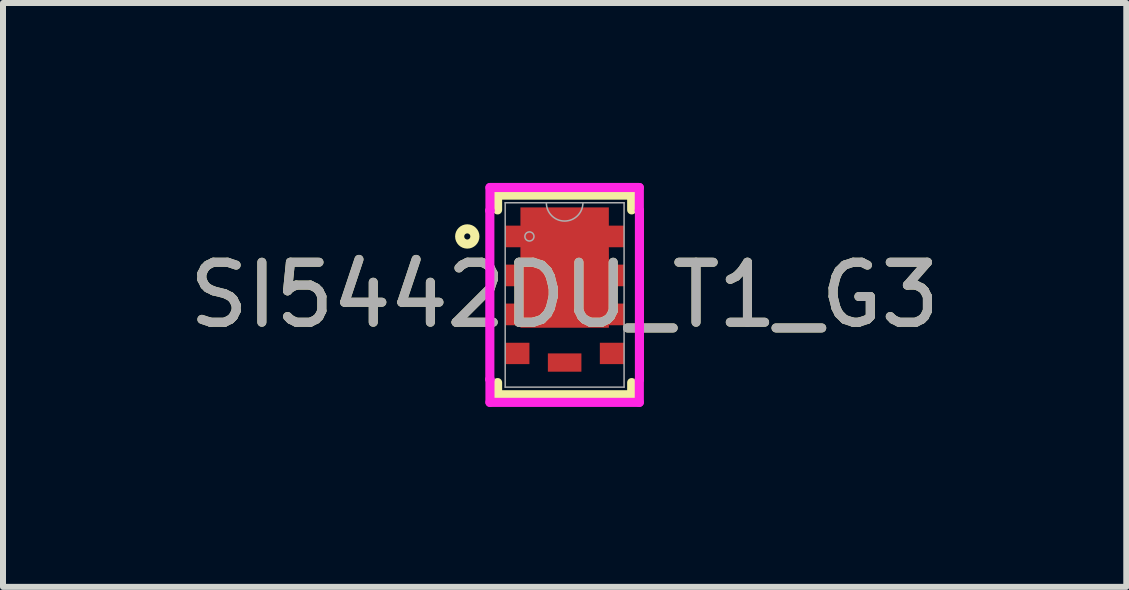
<source format=kicad_pcb>
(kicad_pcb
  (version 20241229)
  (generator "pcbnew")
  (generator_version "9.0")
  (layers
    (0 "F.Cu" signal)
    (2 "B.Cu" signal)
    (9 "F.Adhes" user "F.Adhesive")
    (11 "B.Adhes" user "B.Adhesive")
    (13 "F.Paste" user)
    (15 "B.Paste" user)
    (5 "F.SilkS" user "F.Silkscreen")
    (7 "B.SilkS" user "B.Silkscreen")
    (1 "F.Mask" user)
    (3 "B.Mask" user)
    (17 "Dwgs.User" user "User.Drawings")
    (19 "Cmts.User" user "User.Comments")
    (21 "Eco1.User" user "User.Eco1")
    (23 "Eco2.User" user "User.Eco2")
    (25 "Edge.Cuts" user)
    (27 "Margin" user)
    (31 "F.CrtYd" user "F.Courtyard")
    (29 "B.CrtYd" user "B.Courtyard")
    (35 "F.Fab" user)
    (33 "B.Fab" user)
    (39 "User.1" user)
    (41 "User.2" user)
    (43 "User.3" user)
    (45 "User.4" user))
  (footprint "SI5442DU_T1_G3"
    (layer "F.Cu")
    (at 6.363 1.867)
    (property "Reference" "SI5442DU_T1_G3" (at 0 0 0) (unlocked yes) (layer "F.SilkS") (effects (font (size 1 1) (thickness 0.15))))
    (attr smd)
    (fp_poly (pts (xy -0.737 -1.459) (xy 0.737 -1.459) (xy 0.737 -1.153) (xy 0.991 -1.153) (xy 0.991 -0.797) (xy 0.737 -0.797) (xy 0.739 -0.503) (xy 0.993 -0.503) (xy 0.993 -0.147) (xy 0.739 -0.147) (xy 0.739 0.147) (xy 0.993 0.147) (xy 0.993 0.503) (xy 0.739 0.503) (xy 0.737 0.547) (xy -0.737 0.547) (xy -0.737 0.503) (xy -0.991 0.503) (xy -0.991 0.147) (xy -0.737 0.147) (xy -0.737 -0.147) (xy -0.991 -0.147) (xy -0.991 -0.503) (xy -0.737 -0.503) (xy -0.737 -0.797) (xy -0.991 -0.797) (xy -0.991 -1.153) (xy -0.737 -1.153)) (stroke (width 0) (type solid)) (fill yes) (layer "F.Cu"))
    (fp_poly (pts (xy -0.737 -1.459) (xy 0.737 -1.459) (xy 0.737 -1.153) (xy 0.991 -1.153) (xy 0.991 -0.797) (xy 0.737 -0.797) (xy 0.739 -0.503) (xy 0.993 -0.503) (xy 0.993 -0.147) (xy 0.739 -0.147) (xy 0.739 0.147) (xy 0.993 0.147) (xy 0.993 0.503) (xy 0.739 0.503) (xy 0.737 0.547) (xy -0.737 0.547) (xy -0.737 0.503) (xy -0.991 0.503) (xy -0.991 0.147) (xy -0.737 0.147) (xy -0.737 -0.147) (xy -0.991 -0.147) (xy -0.991 -0.503) (xy -0.737 -0.503) (xy -0.737 -0.797) (xy -0.991 -0.797) (xy -0.991 -1.153) (xy -0.737 -1.153)) (stroke (width 0) (type solid)) (fill yes) (layer "F.Mask"))
    (fp_line (start -1.118 -1.664) (end -1.118 -1.418) (stroke (width 0.152) (type solid)) (layer "F.SilkS"))
    (fp_line (start -1.118 1.461) (end -1.118 1.664) (stroke (width 0.152) (type solid)) (layer "F.SilkS"))
    (fp_line (start -1.118 1.664) (end 1.118 1.664) (stroke (width 0.152) (type solid)) (layer "F.SilkS"))
    (fp_line (start 1.118 -1.664) (end -1.118 -1.664) (stroke (width 0.152) (type solid)) (layer "F.SilkS"))
    (fp_line (start 1.118 -1.418) (end 1.118 -1.664) (stroke (width 0.152) (type solid)) (layer "F.SilkS"))
    (fp_line (start 1.118 1.664) (end 1.118 1.461) (stroke (width 0.152) (type solid)) (layer "F.SilkS"))
    (fp_circle (center -1.623 -0.975) (end -1.496 -0.975) (stroke (width 0.152) (type solid)) (fill no) (layer "F.SilkS"))
    (fp_poly (pts (xy -0.737 0.547) (xy -0.737 0.503) (xy -0.991 0.503) (xy -0.991 0.147) (xy -0.737 0.147) (xy -0.737 -0.147) (xy -0.991 -0.147) (xy -0.991 -0.503) (xy -0.737 -0.503) (xy -0.737 -0.797) (xy -0.991 -0.797) (xy -0.991 -1.153) (xy -0.737 -1.153) (xy -0.737 -1.459) (xy 0.737 -1.459) (xy 0.737 -1.153) (xy 0.991 -1.153) (xy 0.991 -0.797) (xy 0.737 -0.797) (xy 0.739 -0.503) (xy 0.993 -0.503) (xy 0.993 -0.147) (xy 0.739 -0.147) (xy 0.739 0.147) (xy 0.993 0.147) (xy 0.993 0.503) (xy 0.739 0.503) (xy 0.737 0.547)) (stroke (width 0) (type solid)) (fill yes) (layer "F.Paste"))
    (fp_line (start -1.247 -1.407) (end -1.245 -1.407) (stroke (width 0.152) (type solid)) (layer "F.CrtYd"))
    (fp_line (start -1.247 1.407) (end -1.247 -1.407) (stroke (width 0.152) (type solid)) (layer "F.CrtYd"))
    (fp_line (start -1.247 1.407) (end -1.245 1.407) (stroke (width 0.152) (type solid)) (layer "F.CrtYd"))
    (fp_line (start -1.245 -1.791) (end 1.245 -1.791) (stroke (width 0.152) (type solid)) (layer "F.CrtYd"))
    (fp_line (start -1.245 -1.407) (end -1.245 -1.791) (stroke (width 0.152) (type solid)) (layer "F.CrtYd"))
    (fp_line (start -1.245 1.791) (end -1.245 1.407) (stroke (width 0.152) (type solid)) (layer "F.CrtYd"))
    (fp_line (start 1.245 -1.791) (end 1.245 -1.407) (stroke (width 0.152) (type solid)) (layer "F.CrtYd"))
    (fp_line (start 1.245 1.407) (end 1.245 1.791) (stroke (width 0.152) (type solid)) (layer "F.CrtYd"))
    (fp_line (start 1.245 1.791) (end -1.245 1.791) (stroke (width 0.152) (type solid)) (layer "F.CrtYd"))
    (fp_line (start 1.247 -1.407) (end 1.245 -1.407) (stroke (width 0.152) (type solid)) (layer "F.CrtYd"))
    (fp_line (start 1.247 -1.407) (end 1.247 1.407) (stroke (width 0.152) (type solid)) (layer "F.CrtYd"))
    (fp_line (start 1.247 1.407) (end 1.245 1.407) (stroke (width 0.152) (type solid)) (layer "F.CrtYd"))
    (fp_line (start -0.991 -1.537) (end -0.991 1.537) (stroke (width 0.025) (type solid)) (layer "F.Fab"))
    (fp_line (start -0.991 1.537) (end 0.991 1.537) (stroke (width 0.025) (type solid)) (layer "F.Fab"))
    (fp_line (start 0.991 -1.537) (end -0.991 -1.537) (stroke (width 0.025) (type solid)) (layer "F.Fab"))
    (fp_line (start 0.991 1.537) (end 0.991 -1.537) (stroke (width 0.025) (type solid)) (layer "F.Fab"))
    (fp_arc (start 0.3048 -1.5367) (mid 0 -1.2319) (end -0.3048 -1.5367) (stroke (width 0.0254) (type solid)) (layer "F.Fab"))
    (fp_circle (center -0.587 -0.975) (end -0.511 -0.975) (stroke (width 0.025) (type solid)) (fill no) (layer "F.Fab"))
    (fp_text user "${REFERENCE}" (at 0 0 0) (unlocked yes) (layer "F.Fab") (effects (font (size 1 1) (thickness 0.15))))
    (pad "1" smd rect (at -0.864 -0.975) (size 0.254 0.356) (layers "F.Cu" "F.Mask" "F.Paste"))
    (pad "2" smd rect (at -0.864 -0.325) (size 0.254 0.356) (layers "F.Cu" "F.Mask" "F.Paste"))
    (pad "3" smd rect (at -0.864 0.325) (size 0.254 0.356) (layers "F.Cu" "F.Mask" "F.Paste"))
    (pad "4" smd rect (at -0.79 0.975) (size 0.406 0.356) (layers "F.Cu" "F.Mask" "F.Paste"))
    (pad "5" smd rect (at 0.79 0.975) (size 0.406 0.356) (layers "F.Cu" "F.Mask" "F.Paste"))
    (pad "6" smd rect (at 0.866 0.325) (size 0.254 0.356) (layers "F.Cu" "F.Mask" "F.Paste"))
    (pad "7" smd rect (at 0.866 -0.325) (size 0.254 0.356) (layers "F.Cu" "F.Mask" "F.Paste"))
    (pad "8" smd rect (at 0.864 -0.975) (size 0.254 0.356) (layers "F.Cu" "F.Mask" "F.Paste"))
    (pad "9" smd rect (at 0 1.127) (size 0.559 0.305) (layers "F.Cu" "F.Mask")))
  (gr_rect
    (start -3 -3)
    (end 15.726 6.734)
    (stroke (width 0.1) (type default))
    (fill no)
    (layer "Edge.Cuts")))
</source>
